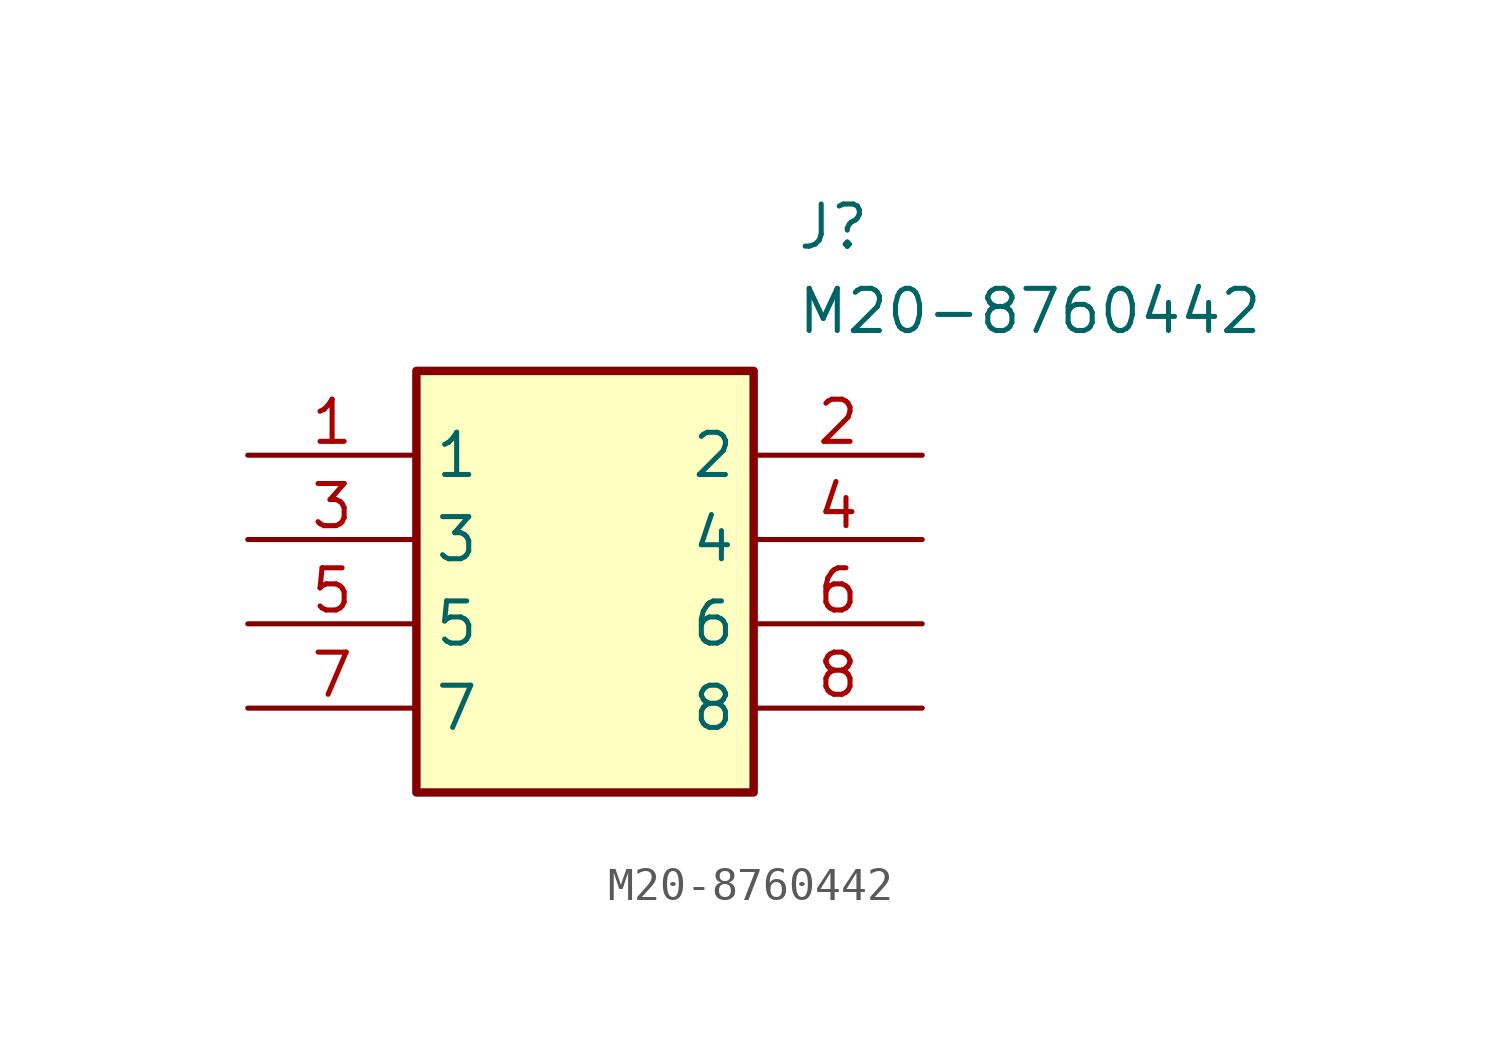
<source format=kicad_sym>
(kicad_symbol_lib
  (version 20211014)
  (generator SamacSys_ECAD_Model)
  (symbol "M20-8760442"
    (property "Reference" "J"
      (at 16.51 7.62 0)
      (effects (font (size 1.27 1.27)) (justify left top)))
    (property "Value" "M20-8760442"
      (at 16.51 5.08 0)
      (effects (font (size 1.27 1.27)) (justify left top)))
    (rectangle
      (start 5.08 2.54)
      (end 15.24 -10.16)
      (stroke (width 0.254) (type default))
      (fill (type background)))
    (pin passive line
      (at 0 0 0)
      (length 5.08)
      (name "1" (effects (font (size 1.27 1.27))))
      (number "1" (effects (font (size 1.27 1.27)))))
    (pin passive line
      (at 20.32 0 180)
      (length 5.08)
      (name "2" (effects (font (size 1.27 1.27))))
      (number "2" (effects (font (size 1.27 1.27)))))
    (pin passive line
      (at 0 -2.54 0)
      (length 5.08)
      (name "3" (effects (font (size 1.27 1.27))))
      (number "3" (effects (font (size 1.27 1.27)))))
    (pin passive line
      (at 20.32 -2.54 180)
      (length 5.08)
      (name "4" (effects (font (size 1.27 1.27))))
      (number "4" (effects (font (size 1.27 1.27)))))
    (pin passive line
      (at 0 -5.08 0)
      (length 5.08)
      (name "5" (effects (font (size 1.27 1.27))))
      (number "5" (effects (font (size 1.27 1.27)))))
    (pin passive line
      (at 20.32 -5.08 180)
      (length 5.08)
      (name "6" (effects (font (size 1.27 1.27))))
      (number "6" (effects (font (size 1.27 1.27)))))
    (pin passive line
      (at 0 -7.62 0)
      (length 5.08)
      (name "7" (effects (font (size 1.27 1.27))))
      (number "7" (effects (font (size 1.27 1.27)))))
    (pin passive line
      (at 20.32 -7.62 180)
      (length 5.08)
      (name "8" (effects (font (size 1.27 1.27))))
      (number "8" (effects (font (size 1.27 1.27)))))))
</source>
